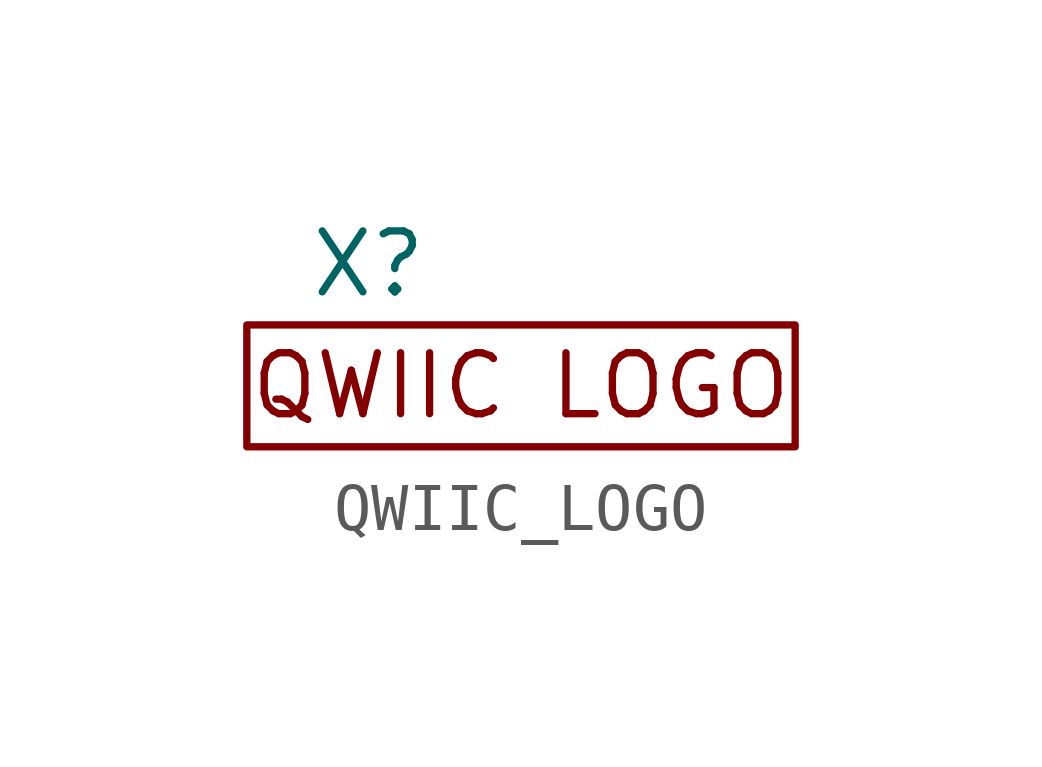
<source format=kicad_sym>
(kicad_symbol_lib
  (version 20220914)
  (generator kicad_symbol_editor)
  (symbol "QWIIC_LOGO"
    (property "Reference" "X"
      (at -1.905 2.54 0)
      (effects (font (size 1.27 1.27))))
    (property "Value" ""
      (at 0 0 0)
      (effects (font (size 1.27 1.27))))
    (symbol "QWIIC_LOGO_0_1"
      (rectangle (start -4.445 1.27) (end 6.985 -1.27) (stroke (width 0) (type default)) (fill (type none))))
    (symbol "QWIIC_LOGO_1_1"
      (text "QWIIC LOGO" (at 1.27 0 0) (effects (font (size 1.27 1.27)))))))
</source>
